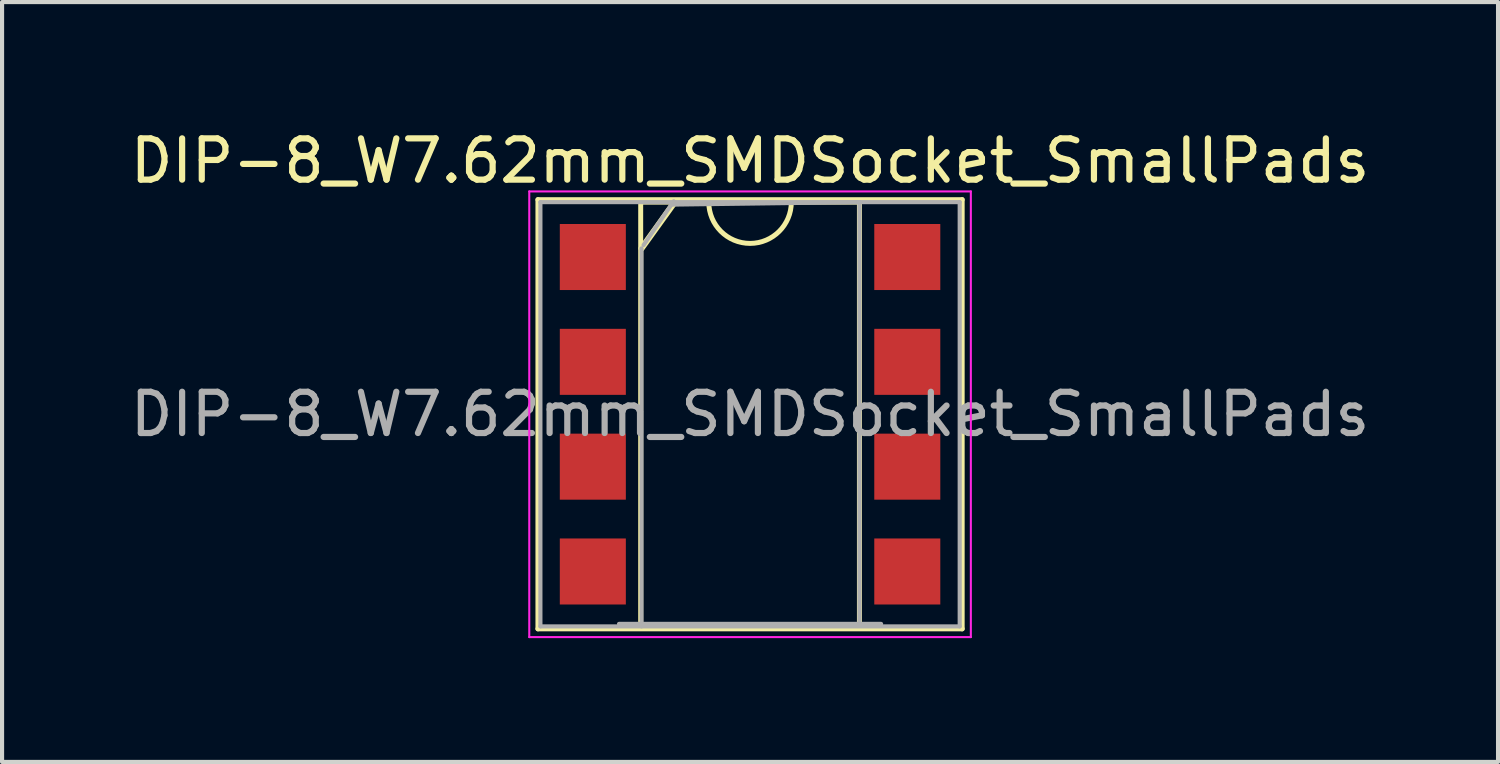
<source format=kicad_pcb>
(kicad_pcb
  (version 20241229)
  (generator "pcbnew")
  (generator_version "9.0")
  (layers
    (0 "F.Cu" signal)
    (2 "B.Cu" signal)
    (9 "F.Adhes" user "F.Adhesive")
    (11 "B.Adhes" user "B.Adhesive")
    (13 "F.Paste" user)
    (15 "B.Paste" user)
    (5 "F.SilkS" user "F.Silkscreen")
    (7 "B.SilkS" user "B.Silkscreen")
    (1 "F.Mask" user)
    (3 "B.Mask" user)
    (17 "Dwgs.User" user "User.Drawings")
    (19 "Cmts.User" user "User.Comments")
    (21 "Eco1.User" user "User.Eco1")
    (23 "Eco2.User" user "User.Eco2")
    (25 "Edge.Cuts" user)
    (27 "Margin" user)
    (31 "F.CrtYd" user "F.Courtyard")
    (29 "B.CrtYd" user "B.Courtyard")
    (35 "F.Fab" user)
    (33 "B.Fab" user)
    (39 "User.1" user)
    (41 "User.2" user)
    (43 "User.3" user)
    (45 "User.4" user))
  (footprint "DIP-8_W7.62mm_SMDSocket_SmallPads"
    (layer "F.Cu")
    (at 15.125 6.988)
    (property "Reference" "DIP-8_W7.62mm_SMDSocket_SmallPads" (at 0 -6.14 0) (layer "F.SilkS") (effects (font (size 1 1) (thickness 0.15))))
    (attr smd)
    (fp_line (start -5.14 -5.2) (end -5.14 5.2) (stroke (width 0.12) (type solid)) (layer "F.SilkS"))
    (fp_line (start -5.14 5.2) (end 5.14 5.2) (stroke (width 0.12) (type solid)) (layer "F.SilkS"))
    (fp_line (start -2.65 -5.14) (end -2.65 5.14) (stroke (width 0.12) (type solid)) (layer "F.SilkS"))
    (fp_line (start -2.65 5.14) (end 2.65 5.14) (stroke (width 0.12) (type solid)) (layer "F.SilkS"))
    (fp_line (start -2.63 -4.02) (end -1.825 -5.14) (stroke (width 0.15) (type default)) (layer "F.SilkS"))
    (fp_line (start -1 -5.14) (end -2.65 -5.14) (stroke (width 0.12) (type solid)) (layer "F.SilkS"))
    (fp_line (start 2.65 -5.14) (end 1 -5.14) (stroke (width 0.12) (type solid)) (layer "F.SilkS"))
    (fp_line (start 2.65 5.14) (end 2.65 -5.14) (stroke (width 0.12) (type solid)) (layer "F.SilkS"))
    (fp_line (start 5.14 -5.2) (end -5.14 -5.2) (stroke (width 0.12) (type solid)) (layer "F.SilkS"))
    (fp_line (start 5.14 5.2) (end 5.14 -5.2) (stroke (width 0.12) (type solid)) (layer "F.SilkS"))
    (fp_arc (start 1 -5.14) (mid 0 -4.14) (end -1 -5.14) (stroke (width 0.12) (type solid)) (layer "F.SilkS"))
    (fp_line (start -5.35 -5.4) (end -5.35 5.4) (stroke (width 0.05) (type solid)) (layer "F.CrtYd"))
    (fp_line (start -5.35 5.4) (end 5.35 5.4) (stroke (width 0.05) (type solid)) (layer "F.CrtYd"))
    (fp_line (start 5.35 -5.4) (end -5.35 -5.4) (stroke (width 0.05) (type solid)) (layer "F.CrtYd"))
    (fp_line (start 5.35 5.4) (end 5.35 -5.4) (stroke (width 0.05) (type solid)) (layer "F.CrtYd"))
    (fp_line (start -5.08 -5.14) (end -5.08 5.14) (stroke (width 0.1) (type solid)) (layer "F.Fab"))
    (fp_line (start -5.08 5.14) (end 5.08 5.14) (stroke (width 0.1) (type solid)) (layer "F.Fab"))
    (fp_line (start -2.63 5.14) (end -2.63 -4.02) (stroke (width 0.1) (type solid)) (layer "F.Fab"))
    (fp_line (start -2.58 -4.1) (end -1.85 -5.16) (stroke (width 0.1) (type solid)) (layer "F.Fab"))
    (fp_line (start -1.92 -5.08) (end 2.65 -5.14) (stroke (width 0.1) (type solid)) (layer "F.Fab"))
    (fp_line (start 2.65 -5.14) (end 2.65 5.02) (stroke (width 0.1) (type solid)) (layer "F.Fab"))
    (fp_line (start 3.175 5.08) (end -3.175 5.08) (stroke (width 0.1) (type solid)) (layer "F.Fab"))
    (fp_line (start 5.08 -5.14) (end -5.08 -5.14) (stroke (width 0.1) (type solid)) (layer "F.Fab"))
    (fp_line (start 5.08 5.14) (end 5.08 -5.14) (stroke (width 0.1) (type solid)) (layer "F.Fab"))
    (fp_text user "${REFERENCE}" (at 0 0 0) (layer "F.Fab") (effects (font (size 1 1) (thickness 0.15))))
    (pad "1" smd rect (at -3.81 -3.81) (size 1.6 1.6) (layers "F.Cu" "F.Mask" "F.Paste"))
    (pad "2" smd rect (at -3.81 -1.27) (size 1.6 1.6) (layers "F.Cu" "F.Mask" "F.Paste"))
    (pad "3" smd rect (at -3.81 1.27) (size 1.6 1.6) (layers "F.Cu" "F.Mask" "F.Paste"))
    (pad "4" smd rect (at -3.81 3.81) (size 1.6 1.6) (layers "F.Cu" "F.Mask" "F.Paste"))
    (pad "5" smd rect (at 3.81 3.81) (size 1.6 1.6) (layers "F.Cu" "F.Mask" "F.Paste"))
    (pad "6" smd rect (at 3.81 1.27) (size 1.6 1.6) (layers "F.Cu" "F.Mask" "F.Paste"))
    (pad "7" smd rect (at 3.81 -1.27) (size 1.6 1.6) (layers "F.Cu" "F.Mask" "F.Paste"))
    (pad "8" smd rect (at 3.81 -3.81) (size 1.6 1.6) (layers "F.Cu" "F.Mask" "F.Paste")))
  (gr_rect
    (start -3 -3)
    (end 33.25 15.413)
    (stroke (width 0.1) (type default))
    (fill no)
    (layer "Edge.Cuts")))
</source>
